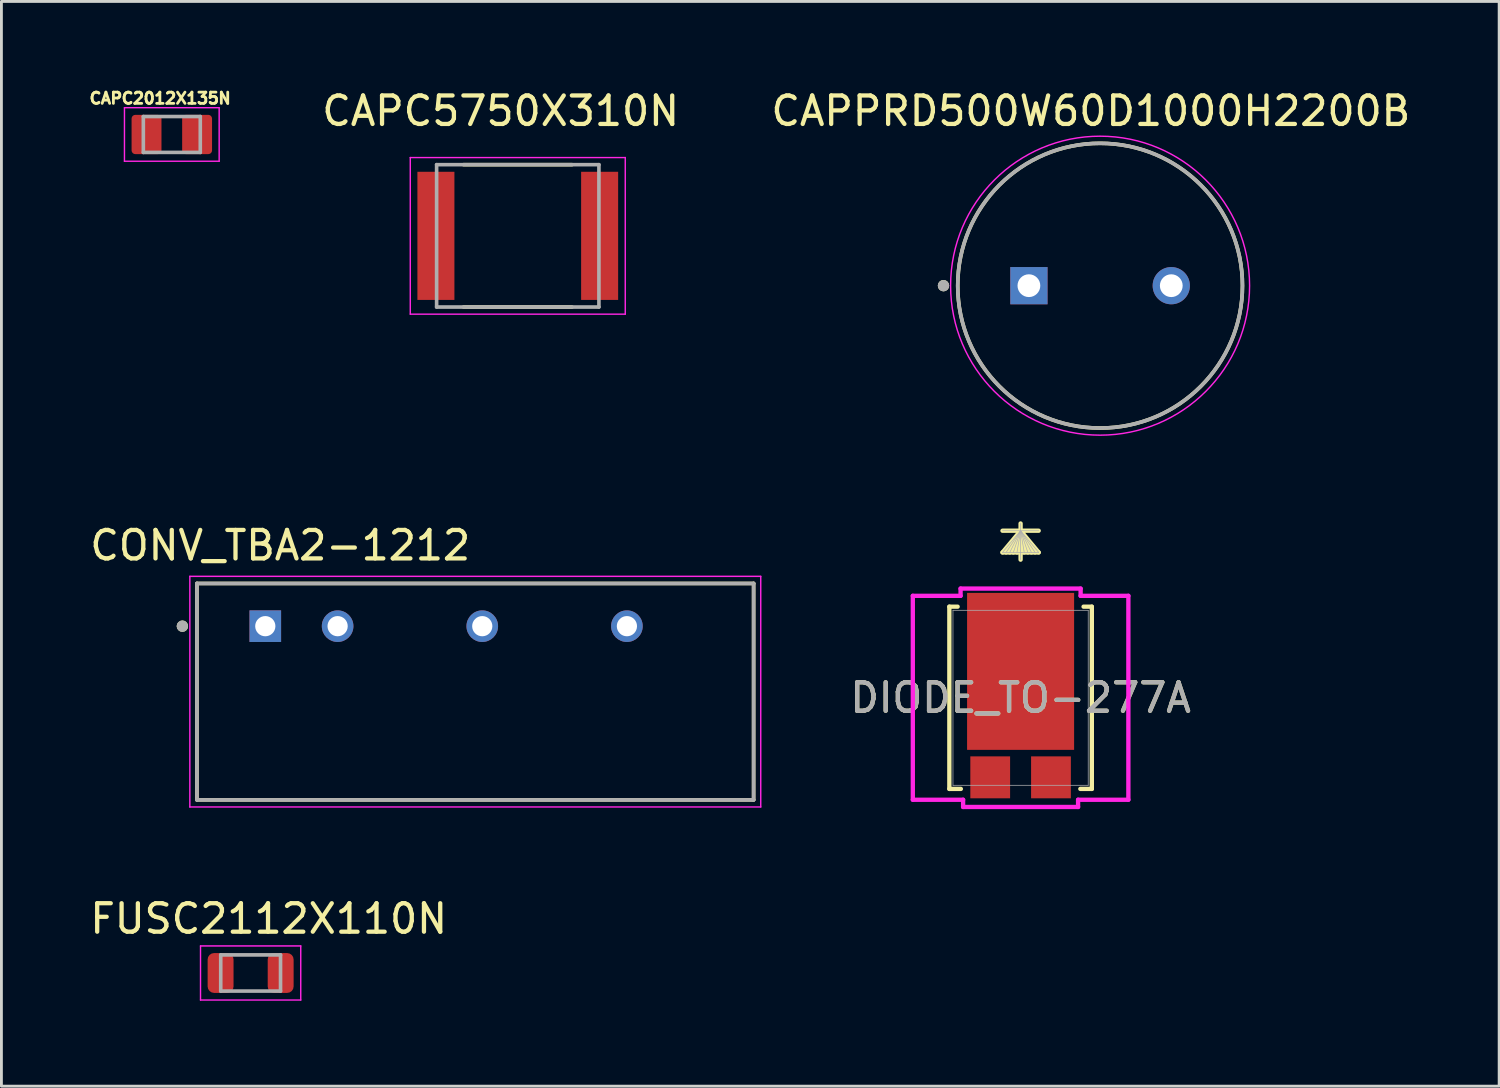
<source format=kicad_pcb>
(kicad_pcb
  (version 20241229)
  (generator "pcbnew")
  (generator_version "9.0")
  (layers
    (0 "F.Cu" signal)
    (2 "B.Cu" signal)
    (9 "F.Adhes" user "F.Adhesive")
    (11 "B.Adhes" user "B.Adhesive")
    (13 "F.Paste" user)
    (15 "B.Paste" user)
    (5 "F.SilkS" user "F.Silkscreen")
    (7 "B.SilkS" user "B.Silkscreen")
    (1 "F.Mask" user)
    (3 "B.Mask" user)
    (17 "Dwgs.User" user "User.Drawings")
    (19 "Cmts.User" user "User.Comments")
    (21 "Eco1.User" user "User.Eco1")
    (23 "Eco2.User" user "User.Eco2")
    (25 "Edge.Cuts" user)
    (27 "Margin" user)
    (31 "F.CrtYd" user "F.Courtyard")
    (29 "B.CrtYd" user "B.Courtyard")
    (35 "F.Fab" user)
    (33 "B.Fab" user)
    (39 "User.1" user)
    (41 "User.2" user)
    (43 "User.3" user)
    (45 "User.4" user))
  (footprint "DIODE_TO-277A"
    (layer "F.Cu")
    (at 32.793 21.456)
    (property "Reference" "DIODE_TO-277A" (at 0 0 0) (unlocked yes) (layer "F.SilkS") (effects (font (size 1 1) (thickness 0.15))))
    (attr smd)
    (fp_line (start -2.502 -3.2) (end -2.502 3.2) (stroke (width 0.152) (type solid)) (layer "F.SilkS"))
    (fp_line (start -2.502 3.2) (end -2.098 3.2) (stroke (width 0.152) (type solid)) (layer "F.SilkS"))
    (fp_line (start -2.212 -3.2) (end -2.502 -3.2) (stroke (width 0.152) (type solid)) (layer "F.SilkS"))
    (fp_line (start 0 -5.867) (end -0.635 -5.105) (stroke (width 0.152) (type solid)) (layer "F.SilkS"))
    (fp_line (start 0 -5.867) (end -0.508 -5.105) (stroke (width 0.152) (type solid)) (layer "F.SilkS"))
    (fp_line (start 0 -5.867) (end -0.381 -5.105) (stroke (width 0.152) (type solid)) (layer "F.SilkS"))
    (fp_line (start 0 -5.867) (end -0.254 -5.105) (stroke (width 0.152) (type solid)) (layer "F.SilkS"))
    (fp_line (start 0 -5.867) (end -0.127 -5.105) (stroke (width 0.152) (type solid)) (layer "F.SilkS"))
    (fp_line (start 0 -5.867) (end 0.127 -5.105) (stroke (width 0.152) (type solid)) (layer "F.SilkS"))
    (fp_line (start 0 -5.867) (end 0.254 -5.105) (stroke (width 0.152) (type solid)) (layer "F.SilkS"))
    (fp_line (start 0 -5.867) (end 0.381 -5.105) (stroke (width 0.152) (type solid)) (layer "F.SilkS"))
    (fp_line (start 0 -5.867) (end 0.508 -5.105) (stroke (width 0.152) (type solid)) (layer "F.SilkS"))
    (fp_line (start 0 -5.867) (end 0.635 -5.105) (stroke (width 0.152) (type solid)) (layer "F.SilkS"))
    (fp_line (start 0 -4.851) (end 0 -6.121) (stroke (width 0.152) (type solid)) (layer "F.SilkS"))
    (fp_line (start 0.635 -5.867) (end -0.635 -5.867) (stroke (width 0.152) (type solid)) (layer "F.SilkS"))
    (fp_line (start 0.635 -5.105) (end -0.635 -5.105) (stroke (width 0.152) (type solid)) (layer "F.SilkS"))
    (fp_line (start 2.098 3.2) (end 2.502 3.2) (stroke (width 0.152) (type solid)) (layer "F.SilkS"))
    (fp_line (start 2.502 -3.2) (end 2.212 -3.2) (stroke (width 0.152) (type solid)) (layer "F.SilkS"))
    (fp_line (start 2.502 3.2) (end 2.502 -3.2) (stroke (width 0.152) (type solid)) (layer "F.SilkS"))
    (fp_line (start -3.785 -3.581) (end -2.108 -3.581) (stroke (width 0.152) (type solid)) (layer "F.CrtYd"))
    (fp_line (start -3.785 3.581) (end -3.785 -3.581) (stroke (width 0.152) (type solid)) (layer "F.CrtYd"))
    (fp_line (start -2.108 -3.835) (end -2.108 -3.581) (stroke (width 0.152) (type solid)) (layer "F.CrtYd"))
    (fp_line (start -2.108 -3.835) (end 2.108 -3.835) (stroke (width 0.152) (type solid)) (layer "F.CrtYd"))
    (fp_line (start -2.019 3.581) (end -3.785 3.581) (stroke (width 0.152) (type solid)) (layer "F.CrtYd"))
    (fp_line (start -2.019 3.835) (end -2.019 3.581) (stroke (width 0.152) (type solid)) (layer "F.CrtYd"))
    (fp_line (start -2.019 3.835) (end 2.019 3.835) (stroke (width 0.152) (type solid)) (layer "F.CrtYd"))
    (fp_line (start 2.019 3.835) (end 2.019 3.581) (stroke (width 0.152) (type solid)) (layer "F.CrtYd"))
    (fp_line (start 2.108 -3.835) (end 2.108 -3.581) (stroke (width 0.152) (type solid)) (layer "F.CrtYd"))
    (fp_line (start 3.785 -3.581) (end 2.108 -3.581) (stroke (width 0.152) (type solid)) (layer "F.CrtYd"))
    (fp_line (start 3.785 -3.581) (end 3.785 3.581) (stroke (width 0.152) (type solid)) (layer "F.CrtYd"))
    (fp_line (start 3.785 3.581) (end 2.019 3.581) (stroke (width 0.152) (type solid)) (layer "F.CrtYd"))
    (fp_line (start -2.375 -3.073) (end -2.375 3.073) (stroke (width 0.025) (type solid)) (layer "F.Fab"))
    (fp_line (start -2.375 3.073) (end 2.375 3.073) (stroke (width 0.025) (type solid)) (layer "F.Fab"))
    (fp_line (start 0 -5.867) (end -0.635 -5.105) (stroke (width 0.025) (type solid)) (layer "F.Fab"))
    (fp_line (start 0 -5.867) (end -0.508 -5.105) (stroke (width 0.025) (type solid)) (layer "F.Fab"))
    (fp_line (start 0 -5.867) (end -0.381 -5.105) (stroke (width 0.025) (type solid)) (layer "F.Fab"))
    (fp_line (start 0 -5.867) (end -0.254 -5.105) (stroke (width 0.025) (type solid)) (layer "F.Fab"))
    (fp_line (start 0 -5.867) (end -0.127 -5.105) (stroke (width 0.025) (type solid)) (layer "F.Fab"))
    (fp_line (start 0 -5.867) (end 0.127 -5.105) (stroke (width 0.025) (type solid)) (layer "F.Fab"))
    (fp_line (start 0 -5.867) (end 0.254 -5.105) (stroke (width 0.025) (type solid)) (layer "F.Fab"))
    (fp_line (start 0 -5.867) (end 0.381 -5.105) (stroke (width 0.025) (type solid)) (layer "F.Fab"))
    (fp_line (start 0 -5.867) (end 0.508 -5.105) (stroke (width 0.025) (type solid)) (layer "F.Fab"))
    (fp_line (start 0 -5.867) (end 0.635 -5.105) (stroke (width 0.025) (type solid)) (layer "F.Fab"))
    (fp_line (start 0 -4.851) (end 0 -6.121) (stroke (width 0.025) (type solid)) (layer "F.Fab"))
    (fp_line (start 0.635 -5.867) (end -0.635 -5.867) (stroke (width 0.025) (type solid)) (layer "F.Fab"))
    (fp_line (start 0.635 -5.105) (end -0.635 -5.105) (stroke (width 0.025) (type solid)) (layer "F.Fab"))
    (fp_line (start 2.375 -3.073) (end -2.375 -3.073) (stroke (width 0.025) (type solid)) (layer "F.Fab"))
    (fp_line (start 2.375 3.073) (end 2.375 -3.073) (stroke (width 0.025) (type solid)) (layer "F.Fab"))
    (fp_text user "${REFERENCE}" (at 0 0 0) (unlocked yes) (layer "F.Fab") (effects (font (size 1 1) (thickness 0.15))))
    (pad "1" smd rect (at 1.067 2.794 90) (size 1.473 1.397) (layers "F.Cu" "F.Mask" "F.Paste"))
    (pad "2" smd rect (at -1.067 2.794 90) (size 1.473 1.397) (layers "F.Cu" "F.Mask" "F.Paste"))
    (pad "3" smd rect (at 0 -0.927 90) (size 5.512 3.759) (layers "F.Cu" "F.Mask" "F.Paste")))
  (footprint "FUSC2112X110N"
    (layer "F.Cu")
    (at 5.752 31.121)
    (property "Reference" "FUSC2112X110N" (at 0.635 -1.905 0) (layer "F.SilkS") (effects (font (size 1 1) (thickness 0.15))))
    (attr smd)
    (fp_line (start -1.76 -0.95) (end 1.76 -0.95) (stroke (width 0.05) (type solid)) (layer "F.CrtYd"))
    (fp_line (start -1.76 0.95) (end -1.76 -0.95) (stroke (width 0.05) (type solid)) (layer "F.CrtYd"))
    (fp_line (start 1.76 -0.95) (end 1.76 0.95) (stroke (width 0.05) (type solid)) (layer "F.CrtYd"))
    (fp_line (start 1.76 0.95) (end -1.76 0.95) (stroke (width 0.05) (type solid)) (layer "F.CrtYd"))
    (fp_line (start -1.05 -0.635) (end 1.05 -0.635) (stroke (width 0.127) (type solid)) (layer "F.Fab"))
    (fp_line (start -1.05 0.635) (end -1.05 -0.635) (stroke (width 0.127) (type solid)) (layer "F.Fab"))
    (fp_line (start 1.05 -0.635) (end 1.05 0.635) (stroke (width 0.127) (type solid)) (layer "F.Fab"))
    (fp_line (start 1.05 0.635) (end -1.05 0.635) (stroke (width 0.127) (type solid)) (layer "F.Fab"))
    (pad "1" smd roundrect (at -1.055 0) (size 0.91 1.4) (layers "F.Cu" "F.Mask" "F.Paste") (roundrect_rratio 0.25))
    (pad "2" smd roundrect (at 1.055 0) (size 0.91 1.4) (layers "F.Cu" "F.Mask" "F.Paste") (roundrect_rratio 0.25)))
  (footprint "CAPC2012X135N"
    (layer "F.Cu")
    (at 2.984 1.673)
    (property "Reference" "CAPC2012X135N" (at -0.41 -1.27 0) (layer "F.SilkS") (effects (font (size 0.394 0.394) (thickness 0.15))))
    (attr smd)
    (fp_line (start -1.663 -0.94) (end 1.663 -0.94) (stroke (width 0.05) (type solid)) (layer "F.CrtYd"))
    (fp_line (start -1.663 0.94) (end -1.663 -0.94) (stroke (width 0.05) (type solid)) (layer "F.CrtYd"))
    (fp_line (start -1.663 0.94) (end 1.663 0.94) (stroke (width 0.05) (type solid)) (layer "F.CrtYd"))
    (fp_line (start 1.663 0.94) (end 1.663 -0.94) (stroke (width 0.05) (type solid)) (layer "F.CrtYd"))
    (fp_line (start -1 0.63) (end -1 -0.63) (stroke (width 0.127) (type solid)) (layer "F.Fab"))
    (fp_line (start 1 -0.63) (end -1 -0.63) (stroke (width 0.127) (type solid)) (layer "F.Fab"))
    (fp_line (start 1 0.63) (end -1 0.63) (stroke (width 0.127) (type solid)) (layer "F.Fab"))
    (fp_line (start 1 0.63) (end 1 -0.63) (stroke (width 0.127) (type solid)) (layer "F.Fab"))
    (pad "1" smd roundrect (at -0.888 0) (size 1.05 1.38) (layers "F.Cu" "F.Mask" "F.Paste") (roundrect_rratio 0.125))
    (pad "2" smd roundrect (at 0.888 0) (size 1.05 1.38) (layers "F.Cu" "F.Mask" "F.Paste") (roundrect_rratio 0.125)))
  (footprint "CAPC5750X310N"
    (layer "F.Cu")
    (at 15.134 5.233)
    (property "Reference" "CAPC5750X310N" (at -0.6 -4.385 0) (layer "F.SilkS") (effects (font (size 1 1) (thickness 0.15))))
    (attr smd)
    (fp_line (start -1.905 -2.5) (end 1.905 -2.5) (stroke (width 0.127) (type solid)) (layer "F.SilkS"))
    (fp_line (start -1.905 2.5) (end 1.905 2.5) (stroke (width 0.127) (type solid)) (layer "F.SilkS"))
    (fp_line (start -3.775 -2.75) (end -3.775 2.75) (stroke (width 0.05) (type solid)) (layer "F.CrtYd"))
    (fp_line (start -3.775 2.75) (end 3.775 2.75) (stroke (width 0.05) (type solid)) (layer "F.CrtYd"))
    (fp_line (start 3.775 -2.75) (end -3.775 -2.75) (stroke (width 0.05) (type solid)) (layer "F.CrtYd"))
    (fp_line (start 3.775 2.75) (end 3.775 -2.75) (stroke (width 0.05) (type solid)) (layer "F.CrtYd"))
    (fp_line (start -2.85 -2.5) (end -2.85 2.5) (stroke (width 0.127) (type solid)) (layer "F.Fab"))
    (fp_line (start -2.85 -2.5) (end 2.85 -2.5) (stroke (width 0.127) (type solid)) (layer "F.Fab"))
    (fp_line (start -2.85 2.5) (end 2.85 2.5) (stroke (width 0.127) (type solid)) (layer "F.Fab"))
    (fp_line (start 2.85 -2.5) (end 2.85 2.5) (stroke (width 0.127) (type solid)) (layer "F.Fab"))
    (pad "1" smd rect (at -2.875 0) (size 1.3 4.5) (layers "F.Cu" "F.Mask" "F.Paste"))
    (pad "2" smd rect (at 2.875 0) (size 1.3 4.5) (layers "F.Cu" "F.Mask" "F.Paste")))
  (footprint "CONV_TBA2-1212"
    (layer "F.Cu")
    (at 13.642 21.241)
    (property "Reference" "CONV_TBA2-1212" (at -6.85 -5.135 0) (layer "F.SilkS") (effects (font (size 1 1) (thickness 0.15))))
    (attr through_hole)
    (fp_line (start -9.775 -3.8) (end -9.775 3.8) (stroke (width 0.127) (type solid)) (layer "F.SilkS"))
    (fp_line (start -9.775 3.8) (end 9.775 3.8) (stroke (width 0.127) (type solid)) (layer "F.SilkS"))
    (fp_line (start 9.775 -3.8) (end -9.775 -3.8) (stroke (width 0.127) (type solid)) (layer "F.SilkS"))
    (fp_line (start 9.775 3.8) (end 9.775 -3.8) (stroke (width 0.127) (type solid)) (layer "F.SilkS"))
    (fp_circle (center -10.287 -2.3) (end -10.187 -2.3) (stroke (width 0.2) (type solid)) (fill no) (layer "F.SilkS"))
    (fp_line (start -10.025 -4.05) (end -10.025 4.05) (stroke (width 0.05) (type solid)) (layer "F.CrtYd"))
    (fp_line (start -10.025 4.05) (end 10.025 4.05) (stroke (width 0.05) (type solid)) (layer "F.CrtYd"))
    (fp_line (start 10.025 -4.05) (end -10.025 -4.05) (stroke (width 0.05) (type solid)) (layer "F.CrtYd"))
    (fp_line (start 10.025 4.05) (end 10.025 -4.05) (stroke (width 0.05) (type solid)) (layer "F.CrtYd"))
    (fp_line (start -9.775 -3.8) (end -9.775 3.8) (stroke (width 0.127) (type solid)) (layer "F.Fab"))
    (fp_line (start -9.775 3.8) (end 9.775 3.8) (stroke (width 0.127) (type solid)) (layer "F.Fab"))
    (fp_line (start 9.775 -3.8) (end -9.775 -3.8) (stroke (width 0.127) (type solid)) (layer "F.Fab"))
    (fp_line (start 9.775 3.8) (end 9.775 -3.8) (stroke (width 0.127) (type solid)) (layer "F.Fab"))
    (fp_circle (center -10.287 -2.3) (end -10.187 -2.3) (stroke (width 0.2) (type solid)) (fill no) (layer "F.Fab"))
    (pad "1" thru_hole rect (at -7.375 -2.3) (size 1.11 1.11) (drill 0.71) (layers "*.Cu" "*.Mask"))
    (pad "2" thru_hole circle (at -4.835 -2.3) (size 1.11 1.11) (drill 0.71) (layers "*.Cu" "*.Mask"))
    (pad "4" thru_hole circle (at 0.245 -2.3) (size 1.11 1.11) (drill 0.71) (layers "*.Cu" "*.Mask"))
    (pad "6" thru_hole circle (at 5.325 -2.3) (size 1.11 1.11) (drill 0.71) (layers "*.Cu" "*.Mask")))
  (footprint "CAPPRD500W60D1000H2200B"
    (layer "F.Cu")
    (at 35.585 6.983)
    (property "Reference" "CAPPRD500W60D1000H2200B" (at -0.325 -6.135 0) (layer "F.SilkS") (effects (font (size 1 1) (thickness 0.15))))
    (attr through_hole)
    (fp_circle (center -5.5 0) (end -5.4 0) (stroke (width 0.2) (type solid)) (fill no) (layer "F.SilkS"))
    (fp_circle (center 0 0) (end 5 0) (stroke (width 0.127) (type solid)) (fill no) (layer "F.SilkS"))
    (fp_circle (center 0 0) (end 5.25 0) (stroke (width 0.05) (type solid)) (fill no) (layer "F.CrtYd"))
    (fp_circle (center -5.5 0) (end -5.4 0) (stroke (width 0.2) (type solid)) (fill no) (layer "F.Fab"))
    (fp_circle (center 0 0) (end 5 0) (stroke (width 0.127) (type solid)) (fill no) (layer "F.Fab"))
    (pad "1" thru_hole rect (at -2.5 0) (size 1.308 1.308) (drill 0.8) (layers "*.Cu" "*.Mask"))
    (pad "2" thru_hole circle (at 2.5 0) (size 1.308 1.308) (drill 0.8) (layers "*.Cu" "*.Mask")))
  (gr_rect
    (start -3 -3)
    (end 49.6 35.096)
    (stroke (width 0.1) (type default))
    (fill no)
    (layer "Edge.Cuts")))
</source>
